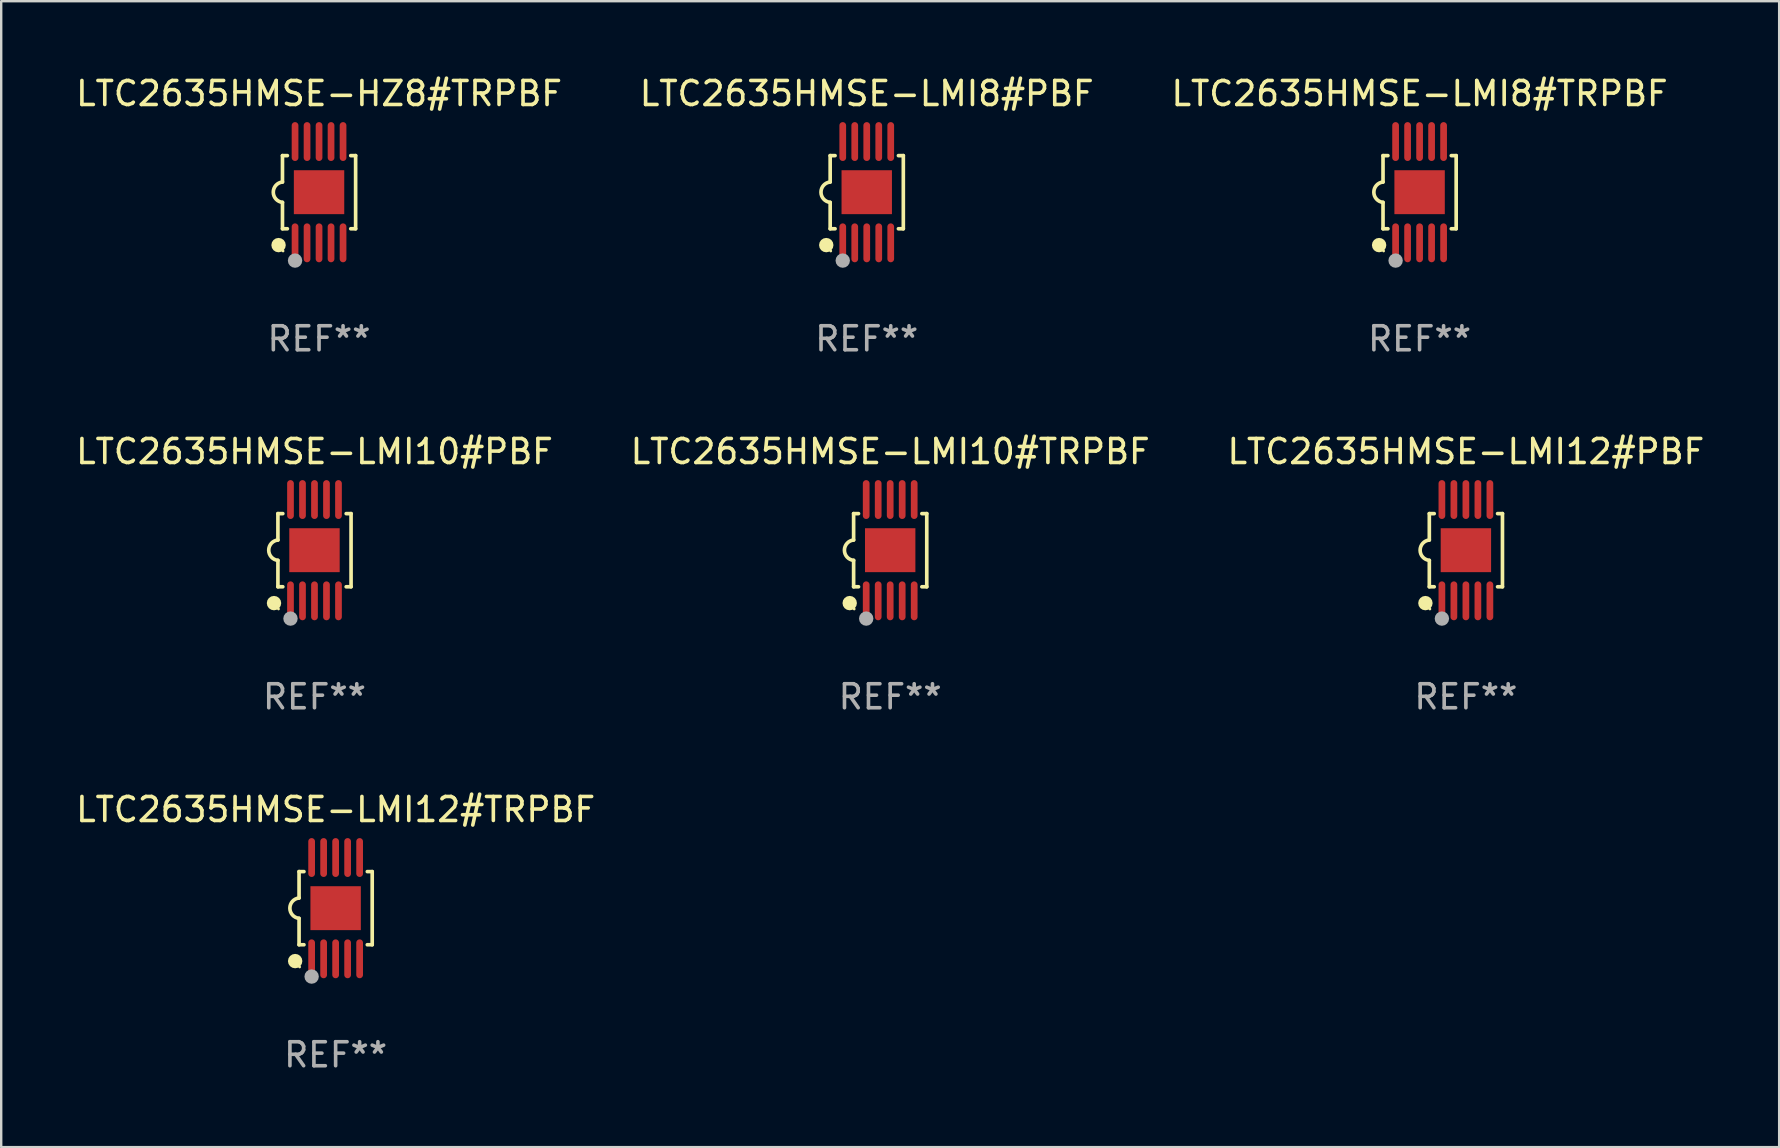
<source format=kicad_pcb>
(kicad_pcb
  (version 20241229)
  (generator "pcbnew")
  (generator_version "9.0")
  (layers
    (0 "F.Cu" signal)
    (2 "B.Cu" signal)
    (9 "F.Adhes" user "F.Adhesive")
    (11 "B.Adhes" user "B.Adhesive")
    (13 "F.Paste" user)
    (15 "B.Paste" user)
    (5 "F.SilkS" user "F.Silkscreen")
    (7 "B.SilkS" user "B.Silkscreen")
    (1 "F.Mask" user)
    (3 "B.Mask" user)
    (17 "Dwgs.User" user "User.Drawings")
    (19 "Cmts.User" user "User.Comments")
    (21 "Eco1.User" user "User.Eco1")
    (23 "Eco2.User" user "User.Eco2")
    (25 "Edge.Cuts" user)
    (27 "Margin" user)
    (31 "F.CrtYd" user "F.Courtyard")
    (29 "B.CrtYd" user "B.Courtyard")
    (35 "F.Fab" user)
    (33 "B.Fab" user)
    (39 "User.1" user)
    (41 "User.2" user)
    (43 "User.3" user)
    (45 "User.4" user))
  (footprint "LTC2635HMSE-LMI8#PBF"
    (layer "F.Cu")
    (at 33.065 4.958)
    (property "Reference" "LTC2635HMSE-LMI8#PBF" (at 0 -4.11 0) (layer "F.SilkS") (effects (font (size 1 1) (thickness 0.15))))
    (attr through_hole)
    (fp_line (start -1.524 -1.524) (end -1.524 -0.424) (stroke (width 0.152) (type solid)) (layer "F.SilkS"))
    (fp_line (start -1.524 1.524) (end -1.524 0.424) (stroke (width 0.152) (type solid)) (layer "F.SilkS"))
    (fp_line (start -1.524 1.524) (end -1.32 1.524) (stroke (width 0.152) (type solid)) (layer "F.SilkS"))
    (fp_line (start -1.32 -1.524) (end -1.524 -1.524) (stroke (width 0.152) (type solid)) (layer "F.SilkS"))
    (fp_line (start 1.32 1.524) (end 1.524 1.524) (stroke (width 0.152) (type solid)) (layer "F.SilkS"))
    (fp_line (start 1.524 -1.524) (end 1.32 -1.524) (stroke (width 0.152) (type solid)) (layer "F.SilkS"))
    (fp_line (start 1.524 1.524) (end 1.524 -1.524) (stroke (width 0.152) (type solid)) (layer "F.SilkS"))
    (fp_arc (start -1.524003 0.424003) (mid -1.906663 -0.000089) (end -1.524004 -0.424181) (stroke (width 0.151994) (type solid)) (layer "F.SilkS"))
    (fp_circle (center -1.687 2.205) (end -1.537 2.205) (stroke (width 0.3) (type solid)) (fill no) (layer "F.SilkS"))
    (fp_circle (center -1.5 2.45) (end -1.47 2.45) (stroke (width 0.06) (type solid)) (fill no) (layer "F.SilkS"))
    (fp_circle (center -1 2.85) (end -0.85 2.85) (stroke (width 0.3) (type solid)) (fill no) (layer "F.Fab"))
    (fp_text user "REF**" (at 0 6.11 0) (layer "F.Fab") (effects (font (size 1 1) (thickness 0.15))))
    (pad "1" smd oval (at -1 2.11) (size 0.28 1.62) (layers "F.Cu" "F.Mask" "F.Paste"))
    (pad "2" smd oval (at -0.5 2.11) (size 0.28 1.62) (layers "F.Cu" "F.Mask" "F.Paste"))
    (pad "3" smd oval (at 0 2.11) (size 0.28 1.62) (layers "F.Cu" "F.Mask" "F.Paste"))
    (pad "4" smd oval (at 0.5 2.11) (size 0.28 1.62) (layers "F.Cu" "F.Mask" "F.Paste"))
    (pad "5" smd oval (at 1 2.11) (size 0.28 1.62) (layers "F.Cu" "F.Mask" "F.Paste"))
    (pad "6" smd oval (at 1 -2.11) (size 0.28 1.62) (layers "F.Cu" "F.Mask" "F.Paste"))
    (pad "7" smd oval (at 0.5 -2.11) (size 0.28 1.62) (layers "F.Cu" "F.Mask" "F.Paste"))
    (pad "8" smd oval (at 0 -2.11) (size 0.28 1.62) (layers "F.Cu" "F.Mask" "F.Paste"))
    (pad "9" smd oval (at -0.5 -2.11) (size 0.28 1.62) (layers "F.Cu" "F.Mask" "F.Paste"))
    (pad "10" smd oval (at -1 -2.11) (size 0.28 1.62) (layers "F.Cu" "F.Mask" "F.Paste"))
    (pad "11" smd rect (at 0 0) (size 2.1 1.83) (layers "F.Cu" "F.Mask" "F.Paste")))
  (footprint "LTC2635HMSE-LMI10#TRPBF"
    (layer "F.Cu")
    (at 34.042 19.875)
    (property "Reference" "LTC2635HMSE-LMI10#TRPBF" (at 0 -4.11 0) (layer "F.SilkS") (effects (font (size 1 1) (thickness 0.15))))
    (attr through_hole)
    (fp_line (start -1.524 -1.524) (end -1.524 -0.424) (stroke (width 0.152) (type solid)) (layer "F.SilkS"))
    (fp_line (start -1.524 1.524) (end -1.524 0.424) (stroke (width 0.152) (type solid)) (layer "F.SilkS"))
    (fp_line (start -1.524 1.524) (end -1.32 1.524) (stroke (width 0.152) (type solid)) (layer "F.SilkS"))
    (fp_line (start -1.32 -1.524) (end -1.524 -1.524) (stroke (width 0.152) (type solid)) (layer "F.SilkS"))
    (fp_line (start 1.32 1.524) (end 1.524 1.524) (stroke (width 0.152) (type solid)) (layer "F.SilkS"))
    (fp_line (start 1.524 -1.524) (end 1.32 -1.524) (stroke (width 0.152) (type solid)) (layer "F.SilkS"))
    (fp_line (start 1.524 1.524) (end 1.524 -1.524) (stroke (width 0.152) (type solid)) (layer "F.SilkS"))
    (fp_arc (start -1.524003 0.424003) (mid -1.906663 -0.000089) (end -1.524004 -0.424181) (stroke (width 0.151994) (type solid)) (layer "F.SilkS"))
    (fp_circle (center -1.687 2.205) (end -1.537 2.205) (stroke (width 0.3) (type solid)) (fill no) (layer "F.SilkS"))
    (fp_circle (center -1.5 2.45) (end -1.47 2.45) (stroke (width 0.06) (type solid)) (fill no) (layer "F.SilkS"))
    (fp_circle (center -1 2.85) (end -0.85 2.85) (stroke (width 0.3) (type solid)) (fill no) (layer "F.Fab"))
    (fp_text user "REF**" (at 0 6.11 0) (layer "F.Fab") (effects (font (size 1 1) (thickness 0.15))))
    (pad "1" smd oval (at -1 2.11) (size 0.28 1.62) (layers "F.Cu" "F.Mask" "F.Paste"))
    (pad "2" smd oval (at -0.5 2.11) (size 0.28 1.62) (layers "F.Cu" "F.Mask" "F.Paste"))
    (pad "3" smd oval (at 0 2.11) (size 0.28 1.62) (layers "F.Cu" "F.Mask" "F.Paste"))
    (pad "4" smd oval (at 0.5 2.11) (size 0.28 1.62) (layers "F.Cu" "F.Mask" "F.Paste"))
    (pad "5" smd oval (at 1 2.11) (size 0.28 1.62) (layers "F.Cu" "F.Mask" "F.Paste"))
    (pad "6" smd oval (at 1 -2.11) (size 0.28 1.62) (layers "F.Cu" "F.Mask" "F.Paste"))
    (pad "7" smd oval (at 0.5 -2.11) (size 0.28 1.62) (layers "F.Cu" "F.Mask" "F.Paste"))
    (pad "8" smd oval (at 0 -2.11) (size 0.28 1.62) (layers "F.Cu" "F.Mask" "F.Paste"))
    (pad "9" smd oval (at -0.5 -2.11) (size 0.28 1.62) (layers "F.Cu" "F.Mask" "F.Paste"))
    (pad "10" smd oval (at -1 -2.11) (size 0.28 1.62) (layers "F.Cu" "F.Mask" "F.Paste"))
    (pad "11" smd rect (at 0 0) (size 2.1 1.83) (layers "F.Cu" "F.Mask" "F.Paste")))
  (footprint "LTC2635HMSE-LMI12#PBF"
    (layer "F.Cu")
    (at 58.03 19.875)
    (property "Reference" "LTC2635HMSE-LMI12#PBF" (at 0 -4.11 0) (layer "F.SilkS") (effects (font (size 1 1) (thickness 0.15))))
    (attr through_hole)
    (fp_line (start -1.524 -1.524) (end -1.524 -0.424) (stroke (width 0.152) (type solid)) (layer "F.SilkS"))
    (fp_line (start -1.524 1.524) (end -1.524 0.424) (stroke (width 0.152) (type solid)) (layer "F.SilkS"))
    (fp_line (start -1.524 1.524) (end -1.32 1.524) (stroke (width 0.152) (type solid)) (layer "F.SilkS"))
    (fp_line (start -1.32 -1.524) (end -1.524 -1.524) (stroke (width 0.152) (type solid)) (layer "F.SilkS"))
    (fp_line (start 1.32 1.524) (end 1.524 1.524) (stroke (width 0.152) (type solid)) (layer "F.SilkS"))
    (fp_line (start 1.524 -1.524) (end 1.32 -1.524) (stroke (width 0.152) (type solid)) (layer "F.SilkS"))
    (fp_line (start 1.524 1.524) (end 1.524 -1.524) (stroke (width 0.152) (type solid)) (layer "F.SilkS"))
    (fp_arc (start -1.524003 0.424003) (mid -1.906663 -0.000089) (end -1.524004 -0.424181) (stroke (width 0.151994) (type solid)) (layer "F.SilkS"))
    (fp_circle (center -1.687 2.205) (end -1.537 2.205) (stroke (width 0.3) (type solid)) (fill no) (layer "F.SilkS"))
    (fp_circle (center -1.5 2.45) (end -1.47 2.45) (stroke (width 0.06) (type solid)) (fill no) (layer "F.SilkS"))
    (fp_circle (center -1 2.85) (end -0.85 2.85) (stroke (width 0.3) (type solid)) (fill no) (layer "F.Fab"))
    (fp_text user "REF**" (at 0 6.11 0) (layer "F.Fab") (effects (font (size 1 1) (thickness 0.15))))
    (pad "1" smd oval (at -1 2.11) (size 0.28 1.62) (layers "F.Cu" "F.Mask" "F.Paste"))
    (pad "2" smd oval (at -0.5 2.11) (size 0.28 1.62) (layers "F.Cu" "F.Mask" "F.Paste"))
    (pad "3" smd oval (at 0 2.11) (size 0.28 1.62) (layers "F.Cu" "F.Mask" "F.Paste"))
    (pad "4" smd oval (at 0.5 2.11) (size 0.28 1.62) (layers "F.Cu" "F.Mask" "F.Paste"))
    (pad "5" smd oval (at 1 2.11) (size 0.28 1.62) (layers "F.Cu" "F.Mask" "F.Paste"))
    (pad "6" smd oval (at 1 -2.11) (size 0.28 1.62) (layers "F.Cu" "F.Mask" "F.Paste"))
    (pad "7" smd oval (at 0.5 -2.11) (size 0.28 1.62) (layers "F.Cu" "F.Mask" "F.Paste"))
    (pad "8" smd oval (at 0 -2.11) (size 0.28 1.62) (layers "F.Cu" "F.Mask" "F.Paste"))
    (pad "9" smd oval (at -0.5 -2.11) (size 0.28 1.62) (layers "F.Cu" "F.Mask" "F.Paste"))
    (pad "10" smd oval (at -1 -2.11) (size 0.28 1.62) (layers "F.Cu" "F.Mask" "F.Paste"))
    (pad "11" smd rect (at 0 0) (size 2.1 1.83) (layers "F.Cu" "F.Mask" "F.Paste")))
  (footprint "LTC2635HMSE-LMI8#TRPBF"
    (layer "F.Cu")
    (at 56.101 4.958)
    (property "Reference" "LTC2635HMSE-LMI8#TRPBF" (at 0 -4.11 0) (layer "F.SilkS") (effects (font (size 1 1) (thickness 0.15))))
    (attr through_hole)
    (fp_line (start -1.524 -1.524) (end -1.524 -0.424) (stroke (width 0.152) (type solid)) (layer "F.SilkS"))
    (fp_line (start -1.524 1.524) (end -1.524 0.424) (stroke (width 0.152) (type solid)) (layer "F.SilkS"))
    (fp_line (start -1.524 1.524) (end -1.32 1.524) (stroke (width 0.152) (type solid)) (layer "F.SilkS"))
    (fp_line (start -1.32 -1.524) (end -1.524 -1.524) (stroke (width 0.152) (type solid)) (layer "F.SilkS"))
    (fp_line (start 1.32 1.524) (end 1.524 1.524) (stroke (width 0.152) (type solid)) (layer "F.SilkS"))
    (fp_line (start 1.524 -1.524) (end 1.32 -1.524) (stroke (width 0.152) (type solid)) (layer "F.SilkS"))
    (fp_line (start 1.524 1.524) (end 1.524 -1.524) (stroke (width 0.152) (type solid)) (layer "F.SilkS"))
    (fp_arc (start -1.524003 0.424003) (mid -1.906663 -0.000089) (end -1.524004 -0.424181) (stroke (width 0.151994) (type solid)) (layer "F.SilkS"))
    (fp_circle (center -1.687 2.205) (end -1.537 2.205) (stroke (width 0.3) (type solid)) (fill no) (layer "F.SilkS"))
    (fp_circle (center -1.5 2.45) (end -1.47 2.45) (stroke (width 0.06) (type solid)) (fill no) (layer "F.SilkS"))
    (fp_circle (center -1 2.85) (end -0.85 2.85) (stroke (width 0.3) (type solid)) (fill no) (layer "F.Fab"))
    (fp_text user "REF**" (at 0 6.11 0) (layer "F.Fab") (effects (font (size 1 1) (thickness 0.15))))
    (pad "1" smd oval (at -1 2.11) (size 0.28 1.62) (layers "F.Cu" "F.Mask" "F.Paste"))
    (pad "2" smd oval (at -0.5 2.11) (size 0.28 1.62) (layers "F.Cu" "F.Mask" "F.Paste"))
    (pad "3" smd oval (at 0 2.11) (size 0.28 1.62) (layers "F.Cu" "F.Mask" "F.Paste"))
    (pad "4" smd oval (at 0.5 2.11) (size 0.28 1.62) (layers "F.Cu" "F.Mask" "F.Paste"))
    (pad "5" smd oval (at 1 2.11) (size 0.28 1.62) (layers "F.Cu" "F.Mask" "F.Paste"))
    (pad "6" smd oval (at 1 -2.11) (size 0.28 1.62) (layers "F.Cu" "F.Mask" "F.Paste"))
    (pad "7" smd oval (at 0.5 -2.11) (size 0.28 1.62) (layers "F.Cu" "F.Mask" "F.Paste"))
    (pad "8" smd oval (at 0 -2.11) (size 0.28 1.62) (layers "F.Cu" "F.Mask" "F.Paste"))
    (pad "9" smd oval (at -0.5 -2.11) (size 0.28 1.62) (layers "F.Cu" "F.Mask" "F.Paste"))
    (pad "10" smd oval (at -1 -2.11) (size 0.28 1.62) (layers "F.Cu" "F.Mask" "F.Paste"))
    (pad "11" smd rect (at 0 0) (size 2.1 1.83) (layers "F.Cu" "F.Mask" "F.Paste")))
  (footprint "LTC2635HMSE-LMI12#TRPBF"
    (layer "F.Cu")
    (at 10.935 34.791)
    (property "Reference" "LTC2635HMSE-LMI12#TRPBF" (at 0 -4.11 0) (layer "F.SilkS") (effects (font (size 1 1) (thickness 0.15))))
    (attr through_hole)
    (fp_line (start -1.524 -1.524) (end -1.524 -0.424) (stroke (width 0.152) (type solid)) (layer "F.SilkS"))
    (fp_line (start -1.524 1.524) (end -1.524 0.424) (stroke (width 0.152) (type solid)) (layer "F.SilkS"))
    (fp_line (start -1.524 1.524) (end -1.32 1.524) (stroke (width 0.152) (type solid)) (layer "F.SilkS"))
    (fp_line (start -1.32 -1.524) (end -1.524 -1.524) (stroke (width 0.152) (type solid)) (layer "F.SilkS"))
    (fp_line (start 1.32 1.524) (end 1.524 1.524) (stroke (width 0.152) (type solid)) (layer "F.SilkS"))
    (fp_line (start 1.524 -1.524) (end 1.32 -1.524) (stroke (width 0.152) (type solid)) (layer "F.SilkS"))
    (fp_line (start 1.524 1.524) (end 1.524 -1.524) (stroke (width 0.152) (type solid)) (layer "F.SilkS"))
    (fp_arc (start -1.524003 0.424003) (mid -1.906663 -0.000089) (end -1.524004 -0.424181) (stroke (width 0.151994) (type solid)) (layer "F.SilkS"))
    (fp_circle (center -1.687 2.205) (end -1.537 2.205) (stroke (width 0.3) (type solid)) (fill no) (layer "F.SilkS"))
    (fp_circle (center -1.5 2.45) (end -1.47 2.45) (stroke (width 0.06) (type solid)) (fill no) (layer "F.SilkS"))
    (fp_circle (center -1 2.85) (end -0.85 2.85) (stroke (width 0.3) (type solid)) (fill no) (layer "F.Fab"))
    (fp_text user "REF**" (at 0 6.11 0) (layer "F.Fab") (effects (font (size 1 1) (thickness 0.15))))
    (pad "1" smd oval (at -1 2.11) (size 0.28 1.62) (layers "F.Cu" "F.Mask" "F.Paste"))
    (pad "2" smd oval (at -0.5 2.11) (size 0.28 1.62) (layers "F.Cu" "F.Mask" "F.Paste"))
    (pad "3" smd oval (at 0 2.11) (size 0.28 1.62) (layers "F.Cu" "F.Mask" "F.Paste"))
    (pad "4" smd oval (at 0.5 2.11) (size 0.28 1.62) (layers "F.Cu" "F.Mask" "F.Paste"))
    (pad "5" smd oval (at 1 2.11) (size 0.28 1.62) (layers "F.Cu" "F.Mask" "F.Paste"))
    (pad "6" smd oval (at 1 -2.11) (size 0.28 1.62) (layers "F.Cu" "F.Mask" "F.Paste"))
    (pad "7" smd oval (at 0.5 -2.11) (size 0.28 1.62) (layers "F.Cu" "F.Mask" "F.Paste"))
    (pad "8" smd oval (at 0 -2.11) (size 0.28 1.62) (layers "F.Cu" "F.Mask" "F.Paste"))
    (pad "9" smd oval (at -0.5 -2.11) (size 0.28 1.62) (layers "F.Cu" "F.Mask" "F.Paste"))
    (pad "10" smd oval (at -1 -2.11) (size 0.28 1.62) (layers "F.Cu" "F.Mask" "F.Paste"))
    (pad "11" smd rect (at 0 0) (size 2.1 1.83) (layers "F.Cu" "F.Mask" "F.Paste")))
  (footprint "LTC2635HMSE-LMI10#PBF"
    (layer "F.Cu")
    (at 10.054 19.875)
    (property "Reference" "LTC2635HMSE-LMI10#PBF" (at 0 -4.11 0) (layer "F.SilkS") (effects (font (size 1 1) (thickness 0.15))))
    (attr through_hole)
    (fp_line (start -1.524 -1.524) (end -1.524 -0.424) (stroke (width 0.152) (type solid)) (layer "F.SilkS"))
    (fp_line (start -1.524 1.524) (end -1.524 0.424) (stroke (width 0.152) (type solid)) (layer "F.SilkS"))
    (fp_line (start -1.524 1.524) (end -1.32 1.524) (stroke (width 0.152) (type solid)) (layer "F.SilkS"))
    (fp_line (start -1.32 -1.524) (end -1.524 -1.524) (stroke (width 0.152) (type solid)) (layer "F.SilkS"))
    (fp_line (start 1.32 1.524) (end 1.524 1.524) (stroke (width 0.152) (type solid)) (layer "F.SilkS"))
    (fp_line (start 1.524 -1.524) (end 1.32 -1.524) (stroke (width 0.152) (type solid)) (layer "F.SilkS"))
    (fp_line (start 1.524 1.524) (end 1.524 -1.524) (stroke (width 0.152) (type solid)) (layer "F.SilkS"))
    (fp_arc (start -1.524003 0.424003) (mid -1.906663 -0.000089) (end -1.524004 -0.424181) (stroke (width 0.151994) (type solid)) (layer "F.SilkS"))
    (fp_circle (center -1.687 2.205) (end -1.537 2.205) (stroke (width 0.3) (type solid)) (fill no) (layer "F.SilkS"))
    (fp_circle (center -1.5 2.45) (end -1.47 2.45) (stroke (width 0.06) (type solid)) (fill no) (layer "F.SilkS"))
    (fp_circle (center -1 2.85) (end -0.85 2.85) (stroke (width 0.3) (type solid)) (fill no) (layer "F.Fab"))
    (fp_text user "REF**" (at 0 6.11 0) (layer "F.Fab") (effects (font (size 1 1) (thickness 0.15))))
    (pad "1" smd oval (at -1 2.11) (size 0.28 1.62) (layers "F.Cu" "F.Mask" "F.Paste"))
    (pad "2" smd oval (at -0.5 2.11) (size 0.28 1.62) (layers "F.Cu" "F.Mask" "F.Paste"))
    (pad "3" smd oval (at 0 2.11) (size 0.28 1.62) (layers "F.Cu" "F.Mask" "F.Paste"))
    (pad "4" smd oval (at 0.5 2.11) (size 0.28 1.62) (layers "F.Cu" "F.Mask" "F.Paste"))
    (pad "5" smd oval (at 1 2.11) (size 0.28 1.62) (layers "F.Cu" "F.Mask" "F.Paste"))
    (pad "6" smd oval (at 1 -2.11) (size 0.28 1.62) (layers "F.Cu" "F.Mask" "F.Paste"))
    (pad "7" smd oval (at 0.5 -2.11) (size 0.28 1.62) (layers "F.Cu" "F.Mask" "F.Paste"))
    (pad "8" smd oval (at 0 -2.11) (size 0.28 1.62) (layers "F.Cu" "F.Mask" "F.Paste"))
    (pad "9" smd oval (at -0.5 -2.11) (size 0.28 1.62) (layers "F.Cu" "F.Mask" "F.Paste"))
    (pad "10" smd oval (at -1 -2.11) (size 0.28 1.62) (layers "F.Cu" "F.Mask" "F.Paste"))
    (pad "11" smd rect (at 0 0) (size 2.1 1.83) (layers "F.Cu" "F.Mask" "F.Paste")))
  (footprint "LTC2635HMSE-HZ8#TRPBF"
    (layer "F.Cu")
    (at 10.244 4.958)
    (property "Reference" "LTC2635HMSE-HZ8#TRPBF" (at 0 -4.11 0) (layer "F.SilkS") (effects (font (size 1 1) (thickness 0.15))))
    (attr through_hole)
    (fp_line (start -1.524 -1.524) (end -1.524 -0.424) (stroke (width 0.152) (type solid)) (layer "F.SilkS"))
    (fp_line (start -1.524 1.524) (end -1.524 0.424) (stroke (width 0.152) (type solid)) (layer "F.SilkS"))
    (fp_line (start -1.524 1.524) (end -1.32 1.524) (stroke (width 0.152) (type solid)) (layer "F.SilkS"))
    (fp_line (start -1.32 -1.524) (end -1.524 -1.524) (stroke (width 0.152) (type solid)) (layer "F.SilkS"))
    (fp_line (start 1.32 1.524) (end 1.524 1.524) (stroke (width 0.152) (type solid)) (layer "F.SilkS"))
    (fp_line (start 1.524 -1.524) (end 1.32 -1.524) (stroke (width 0.152) (type solid)) (layer "F.SilkS"))
    (fp_line (start 1.524 1.524) (end 1.524 -1.524) (stroke (width 0.152) (type solid)) (layer "F.SilkS"))
    (fp_arc (start -1.524003 0.424003) (mid -1.906663 -0.000089) (end -1.524004 -0.424181) (stroke (width 0.151994) (type solid)) (layer "F.SilkS"))
    (fp_circle (center -1.687 2.205) (end -1.537 2.205) (stroke (width 0.3) (type solid)) (fill no) (layer "F.SilkS"))
    (fp_circle (center -1.5 2.45) (end -1.47 2.45) (stroke (width 0.06) (type solid)) (fill no) (layer "F.SilkS"))
    (fp_circle (center -1 2.85) (end -0.85 2.85) (stroke (width 0.3) (type solid)) (fill no) (layer "F.Fab"))
    (fp_text user "REF**" (at 0 6.11 0) (layer "F.Fab") (effects (font (size 1 1) (thickness 0.15))))
    (pad "1" smd oval (at -1 2.11) (size 0.28 1.62) (layers "F.Cu" "F.Mask" "F.Paste"))
    (pad "2" smd oval (at -0.5 2.11) (size 0.28 1.62) (layers "F.Cu" "F.Mask" "F.Paste"))
    (pad "3" smd oval (at 0 2.11) (size 0.28 1.62) (layers "F.Cu" "F.Mask" "F.Paste"))
    (pad "4" smd oval (at 0.5 2.11) (size 0.28 1.62) (layers "F.Cu" "F.Mask" "F.Paste"))
    (pad "5" smd oval (at 1 2.11) (size 0.28 1.62) (layers "F.Cu" "F.Mask" "F.Paste"))
    (pad "6" smd oval (at 1 -2.11) (size 0.28 1.62) (layers "F.Cu" "F.Mask" "F.Paste"))
    (pad "7" smd oval (at 0.5 -2.11) (size 0.28 1.62) (layers "F.Cu" "F.Mask" "F.Paste"))
    (pad "8" smd oval (at 0 -2.11) (size 0.28 1.62) (layers "F.Cu" "F.Mask" "F.Paste"))
    (pad "9" smd oval (at -0.5 -2.11) (size 0.28 1.62) (layers "F.Cu" "F.Mask" "F.Paste"))
    (pad "10" smd oval (at -1 -2.11) (size 0.28 1.62) (layers "F.Cu" "F.Mask" "F.Paste"))
    (pad "11" smd rect (at 0 0) (size 2.1 1.83) (layers "F.Cu" "F.Mask" "F.Paste")))
  (gr_rect
    (start -3 -3)
    (end 71.083 44.749)
    (stroke (width 0.1) (type default))
    (fill no)
    (layer "Edge.Cuts")))
</source>
